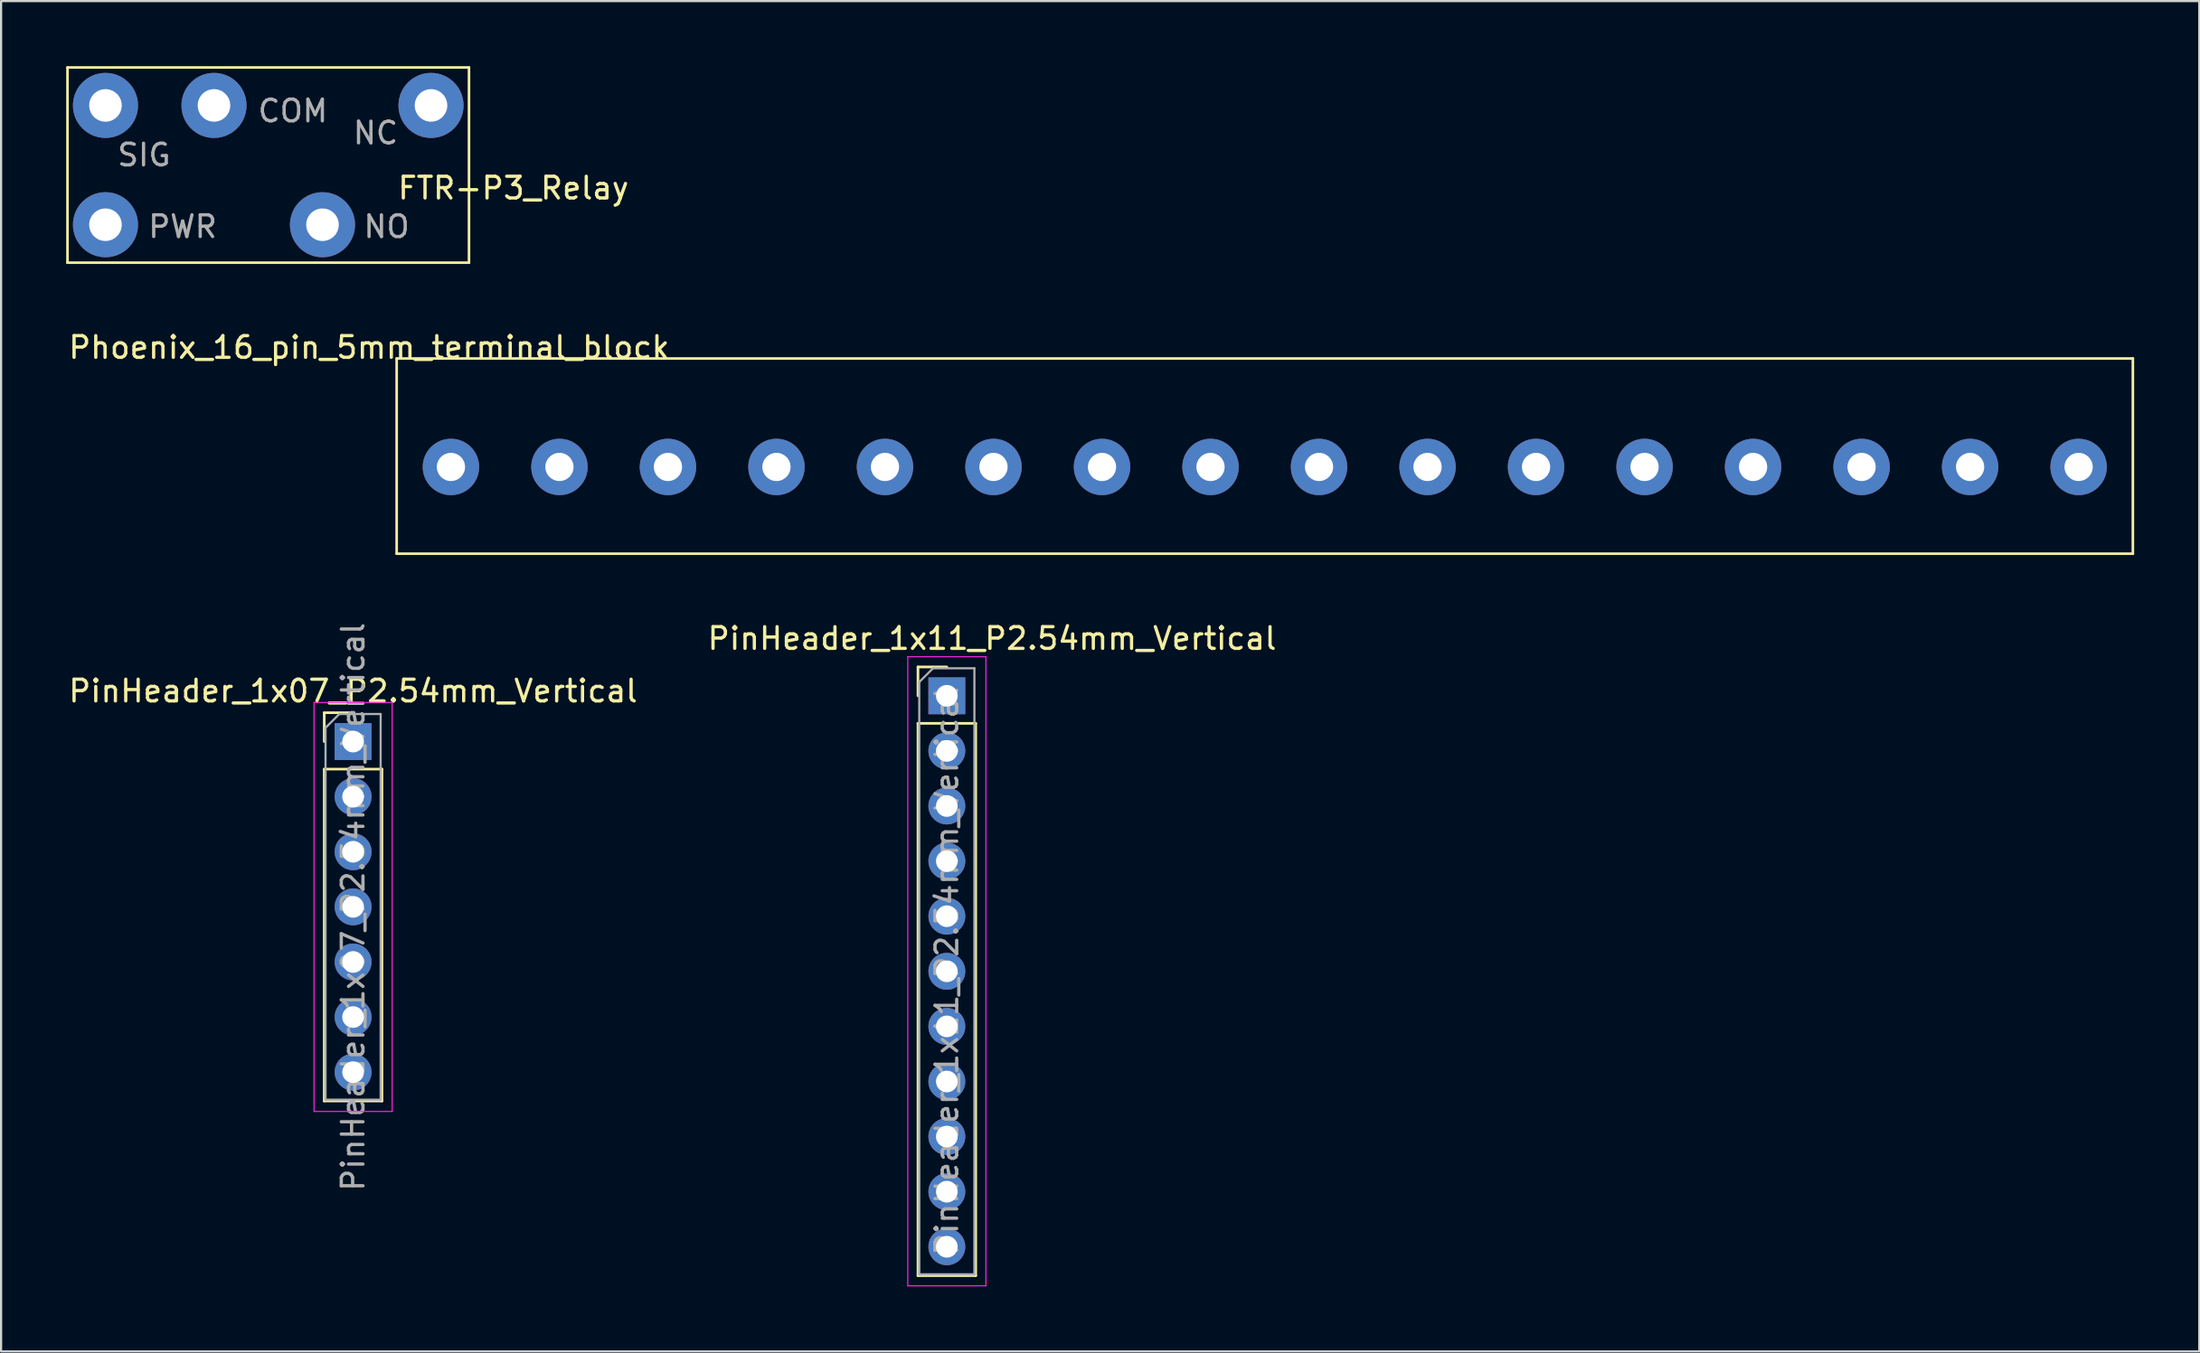
<source format=kicad_pcb>
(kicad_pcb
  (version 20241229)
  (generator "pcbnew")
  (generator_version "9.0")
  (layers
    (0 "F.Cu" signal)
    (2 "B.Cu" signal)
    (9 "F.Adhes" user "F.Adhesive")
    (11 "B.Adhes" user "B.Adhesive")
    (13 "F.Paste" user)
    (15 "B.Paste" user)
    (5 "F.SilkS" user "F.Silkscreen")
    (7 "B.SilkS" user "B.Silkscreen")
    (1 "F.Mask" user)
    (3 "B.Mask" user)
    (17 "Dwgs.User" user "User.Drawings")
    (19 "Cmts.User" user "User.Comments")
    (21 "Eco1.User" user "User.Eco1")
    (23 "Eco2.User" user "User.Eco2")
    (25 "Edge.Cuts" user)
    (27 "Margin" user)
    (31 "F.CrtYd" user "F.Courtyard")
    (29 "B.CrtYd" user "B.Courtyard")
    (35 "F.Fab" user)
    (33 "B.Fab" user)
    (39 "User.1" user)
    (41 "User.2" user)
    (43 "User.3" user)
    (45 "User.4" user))
  (footprint "PinHeader_1x07_P2.54mm_Vertical"
    (layer "F.Cu")
    (at 13.22 31.136)
    (property "Reference" "PinHeader_1x07_P2.54mm_Vertical" (at 0 -2.33 0) (layer "F.SilkS") (effects (font (size 1 1) (thickness 0.15))))
    (attr through_hole)
    (fp_line (start -1.33 -1.33) (end 0 -1.33) (stroke (width 0.12) (type solid)) (layer "F.SilkS"))
    (fp_line (start -1.33 0) (end -1.33 -1.33) (stroke (width 0.12) (type solid)) (layer "F.SilkS"))
    (fp_line (start -1.33 1.27) (end -1.33 16.57) (stroke (width 0.12) (type solid)) (layer "F.SilkS"))
    (fp_line (start -1.33 1.27) (end 1.33 1.27) (stroke (width 0.12) (type solid)) (layer "F.SilkS"))
    (fp_line (start -1.33 16.57) (end 1.33 16.57) (stroke (width 0.12) (type solid)) (layer "F.SilkS"))
    (fp_line (start 1.33 1.27) (end 1.33 16.57) (stroke (width 0.12) (type solid)) (layer "F.SilkS"))
    (fp_line (start -1.8 -1.8) (end -1.8 17.05) (stroke (width 0.05) (type solid)) (layer "F.CrtYd"))
    (fp_line (start -1.8 17.05) (end 1.8 17.05) (stroke (width 0.05) (type solid)) (layer "F.CrtYd"))
    (fp_line (start 1.8 -1.8) (end -1.8 -1.8) (stroke (width 0.05) (type solid)) (layer "F.CrtYd"))
    (fp_line (start 1.8 17.05) (end 1.8 -1.8) (stroke (width 0.05) (type solid)) (layer "F.CrtYd"))
    (fp_line (start -1.27 -0.635) (end -0.635 -1.27) (stroke (width 0.1) (type solid)) (layer "F.Fab"))
    (fp_line (start -1.27 16.51) (end -1.27 -0.635) (stroke (width 0.1) (type solid)) (layer "F.Fab"))
    (fp_line (start -0.635 -1.27) (end 1.27 -1.27) (stroke (width 0.1) (type solid)) (layer "F.Fab"))
    (fp_line (start 1.27 -1.27) (end 1.27 16.51) (stroke (width 0.1) (type solid)) (layer "F.Fab"))
    (fp_line (start 1.27 16.51) (end -1.27 16.51) (stroke (width 0.1) (type solid)) (layer "F.Fab"))
    (fp_text user "${REFERENCE}" (at 0 7.62 270) (layer "F.Fab") (effects (font (size 1 1) (thickness 0.15))))
    (pad "1" thru_hole rect (at 0 0) (size 1.7 1.7) (drill 1) (layers "*.Cu" "*.Mask"))
    (pad "2" thru_hole oval (at 0 2.54) (size 1.7 1.7) (drill 1) (layers "*.Cu" "*.Mask"))
    (pad "3" thru_hole oval (at 0 5.08) (size 1.7 1.7) (drill 1) (layers "*.Cu" "*.Mask"))
    (pad "4" thru_hole oval (at 0 7.62) (size 1.7 1.7) (drill 1) (layers "*.Cu" "*.Mask"))
    (pad "5" thru_hole oval (at 0 10.16) (size 1.7 1.7) (drill 1) (layers "*.Cu" "*.Mask"))
    (pad "6" thru_hole oval (at 0 12.7) (size 1.7 1.7) (drill 1) (layers "*.Cu" "*.Mask"))
    (pad "7" thru_hole oval (at 0 15.24) (size 1.7 1.7) (drill 1) (layers "*.Cu" "*.Mask")))
  (footprint "PinHeader_1x11_P2.54mm_Vertical"
    (layer "F.Cu")
    (at 40.578 29.026)
    (property "Reference" "PinHeader_1x11_P2.54mm_Vertical" (at 2.083 -2.642 0) (layer "F.SilkS") (effects (font (size 1 1) (thickness 0.15))))
    (attr through_hole)
    (fp_line (start -1.33 -1.33) (end 0 -1.33) (stroke (width 0.12) (type solid)) (layer "F.SilkS"))
    (fp_line (start -1.33 0) (end -1.33 -1.33) (stroke (width 0.12) (type solid)) (layer "F.SilkS"))
    (fp_line (start -1.33 1.27) (end -1.33 26.73) (stroke (width 0.12) (type solid)) (layer "F.SilkS"))
    (fp_line (start -1.33 1.27) (end 1.33 1.27) (stroke (width 0.12) (type solid)) (layer "F.SilkS"))
    (fp_line (start -1.33 26.73) (end 1.33 26.73) (stroke (width 0.12) (type solid)) (layer "F.SilkS"))
    (fp_line (start 1.33 1.27) (end 1.33 26.73) (stroke (width 0.12) (type solid)) (layer "F.SilkS"))
    (fp_line (start -1.8 -1.8) (end -1.8 27.2) (stroke (width 0.05) (type solid)) (layer "F.CrtYd"))
    (fp_line (start -1.8 27.2) (end 1.8 27.2) (stroke (width 0.05) (type solid)) (layer "F.CrtYd"))
    (fp_line (start 1.8 -1.8) (end -1.8 -1.8) (stroke (width 0.05) (type solid)) (layer "F.CrtYd"))
    (fp_line (start 1.8 27.2) (end 1.8 -1.8) (stroke (width 0.05) (type solid)) (layer "F.CrtYd"))
    (fp_line (start -1.27 -0.635) (end -0.635 -1.27) (stroke (width 0.1) (type solid)) (layer "F.Fab"))
    (fp_line (start -1.27 26.67) (end -1.27 -0.635) (stroke (width 0.1) (type solid)) (layer "F.Fab"))
    (fp_line (start -0.635 -1.27) (end 1.27 -1.27) (stroke (width 0.1) (type solid)) (layer "F.Fab"))
    (fp_line (start 1.27 -1.27) (end 1.27 26.67) (stroke (width 0.1) (type solid)) (layer "F.Fab"))
    (fp_line (start 1.27 26.67) (end -1.27 26.67) (stroke (width 0.1) (type solid)) (layer "F.Fab"))
    (fp_text user "${REFERENCE}" (at 0 12.7 270) (layer "F.Fab") (effects (font (size 1 1) (thickness 0.15))))
    (pad "1" thru_hole rect (at 0 0) (size 1.7 1.7) (drill 1) (layers "*.Cu" "*.Mask"))
    (pad "2" thru_hole oval (at 0 2.54) (size 1.7 1.7) (drill 1) (layers "*.Cu" "*.Mask"))
    (pad "3" thru_hole oval (at 0 5.08) (size 1.7 1.7) (drill 1) (layers "*.Cu" "*.Mask"))
    (pad "4" thru_hole oval (at 0 7.62) (size 1.7 1.7) (drill 1) (layers "*.Cu" "*.Mask"))
    (pad "5" thru_hole oval (at 0 10.16) (size 1.7 1.7) (drill 1) (layers "*.Cu" "*.Mask"))
    (pad "6" thru_hole oval (at 0 12.7) (size 1.7 1.7) (drill 1) (layers "*.Cu" "*.Mask"))
    (pad "7" thru_hole oval (at 0 15.24) (size 1.7 1.7) (drill 1) (layers "*.Cu" "*.Mask"))
    (pad "8" thru_hole oval (at 0 17.78) (size 1.7 1.7) (drill 1) (layers "*.Cu" "*.Mask"))
    (pad "9" thru_hole oval (at 0 20.32) (size 1.7 1.7) (drill 1) (layers "*.Cu" "*.Mask"))
    (pad "10" thru_hole oval (at 0 22.86) (size 1.7 1.7) (drill 1) (layers "*.Cu" "*.Mask"))
    (pad "11" thru_hole oval (at 0 25.4) (size 1.7 1.7) (drill 1) (layers "*.Cu" "*.Mask")))
  (footprint "FTR-P3_Relay"
    (layer "F.Cu")
    (at 1.81 1.81)
    (property "Reference" "FTR-P3_Relay" (at 18.796 3.81 180) (layer "F.SilkS") (effects (font (size 1 1) (thickness 0.15))))
    (attr through_hole)
    (fp_line (start -1.75 -1.75) (end -1.75 7.25) (stroke (width 0.12) (type solid)) (layer "F.SilkS"))
    (fp_line (start -1.75 -1.75) (end 16.75 -1.75) (stroke (width 0.12) (type solid)) (layer "F.SilkS"))
    (fp_line (start -1.75 7.25) (end 16.75 7.25) (stroke (width 0.12) (type solid)) (layer "F.SilkS"))
    (fp_line (start 16.75 -1.75) (end 16.75 7.25) (stroke (width 0.12) (type solid)) (layer "F.SilkS"))
    (fp_text user "PWR" (at 3.556 5.588 180) (layer "F.Fab") (effects (font (size 1 1) (thickness 0.15))))
    (fp_text user "NC" (at 12.446 1.27 180) (layer "F.Fab") (effects (font (size 1 1) (thickness 0.15))))
    (fp_text user "SIG" (at 1.778 2.286 180) (layer "F.Fab") (effects (font (size 1 1) (thickness 0.15))))
    (fp_text user "NO" (at 12.954 5.588 180) (layer "F.Fab") (effects (font (size 1 1) (thickness 0.15))))
    (fp_text user "COM" (at 8.636 0.254 180) (layer "F.Fab") (effects (font (size 1 1) (thickness 0.15))))
    (pad "1" thru_hole circle (at 0 5.5) (size 3 3) (drill 1.5) (layers "*.Cu" "*.Mask"))
    (pad "2" thru_hole circle (at 10 5.5) (size 3 3) (drill 1.5) (layers "*.Cu" "*.Mask"))
    (pad "3" thru_hole circle (at 15 0) (size 3 3) (drill 1.5) (layers "*.Cu" "*.Mask"))
    (pad "4" thru_hole circle (at 5 0) (size 3 3) (drill 1.5) (layers "*.Cu" "*.Mask"))
    (pad "5" thru_hole circle (at 0 0) (size 3 3) (drill 1.5) (layers "*.Cu" "*.Mask")))
  (footprint "Phoenix_16_pin_5mm_terminal_block"
    (layer "F.Cu")
    (at 15.228 13.476)
    (property "Reference" "Phoenix_16_pin_5mm_terminal_block" (at -1.27 -0.508 180) (layer "F.SilkS") (effects (font (size 1 1) (thickness 0.15))))
    (attr through_hole)
    (fp_line (start 0 0) (end 0 9) (stroke (width 0.12) (type solid)) (layer "F.SilkS"))
    (fp_line (start 0 0) (end 80 0) (stroke (width 0.12) (type solid)) (layer "F.SilkS"))
    (fp_line (start 0 9) (end 80 9) (stroke (width 0.12) (type solid)) (layer "F.SilkS"))
    (fp_line (start 80 0) (end 80 9) (stroke (width 0.12) (type solid)) (layer "F.SilkS"))
    (pad "1" thru_hole circle (at 2.5 5) (size 2.6 2.6) (drill 1.3) (layers "*.Cu" "*.Mask"))
    (pad "2" thru_hole circle (at 7.5 5) (size 2.6 2.6) (drill 1.3) (layers "*.Cu" "*.Mask"))
    (pad "3" thru_hole circle (at 12.5 5) (size 2.6 2.6) (drill 1.3) (layers "*.Cu" "*.Mask"))
    (pad "4" thru_hole circle (at 17.5 5) (size 2.6 2.6) (drill 1.3) (layers "*.Cu" "*.Mask"))
    (pad "5" thru_hole circle (at 22.5 5) (size 2.6 2.6) (drill 1.3) (layers "*.Cu" "*.Mask"))
    (pad "6" thru_hole circle (at 27.5 5) (size 2.6 2.6) (drill 1.3) (layers "*.Cu" "*.Mask"))
    (pad "7" thru_hole circle (at 32.5 5) (size 2.6 2.6) (drill 1.3) (layers "*.Cu" "*.Mask"))
    (pad "8" thru_hole circle (at 37.5 5) (size 2.6 2.6) (drill 1.3) (layers "*.Cu" "*.Mask"))
    (pad "9" thru_hole circle (at 42.5 5) (size 2.6 2.6) (drill 1.3) (layers "*.Cu" "*.Mask"))
    (pad "10" thru_hole circle (at 47.5 5) (size 2.6 2.6) (drill 1.3) (layers "*.Cu" "*.Mask"))
    (pad "11" thru_hole circle (at 52.5 5) (size 2.6 2.6) (drill 1.3) (layers "*.Cu" "*.Mask"))
    (pad "12" thru_hole circle (at 57.5 5) (size 2.6 2.6) (drill 1.3) (layers "*.Cu" "*.Mask"))
    (pad "13" thru_hole circle (at 62.5 5) (size 2.6 2.6) (drill 1.3) (layers "*.Cu" "*.Mask"))
    (pad "14" thru_hole circle (at 67.5 5) (size 2.6 2.6) (drill 1.3) (layers "*.Cu" "*.Mask"))
    (pad "15" thru_hole circle (at 72.5 5) (size 2.6 2.6) (drill 1.3) (layers "*.Cu" "*.Mask"))
    (pad "16" thru_hole circle (at 77.5 5) (size 2.6 2.6) (drill 1.3) (layers "*.Cu" "*.Mask")))
  (gr_rect
    (start -3 -3)
    (end 98.288 59.251)
    (stroke (width 0.1) (type default))
    (fill no)
    (layer "Edge.Cuts")))
</source>
